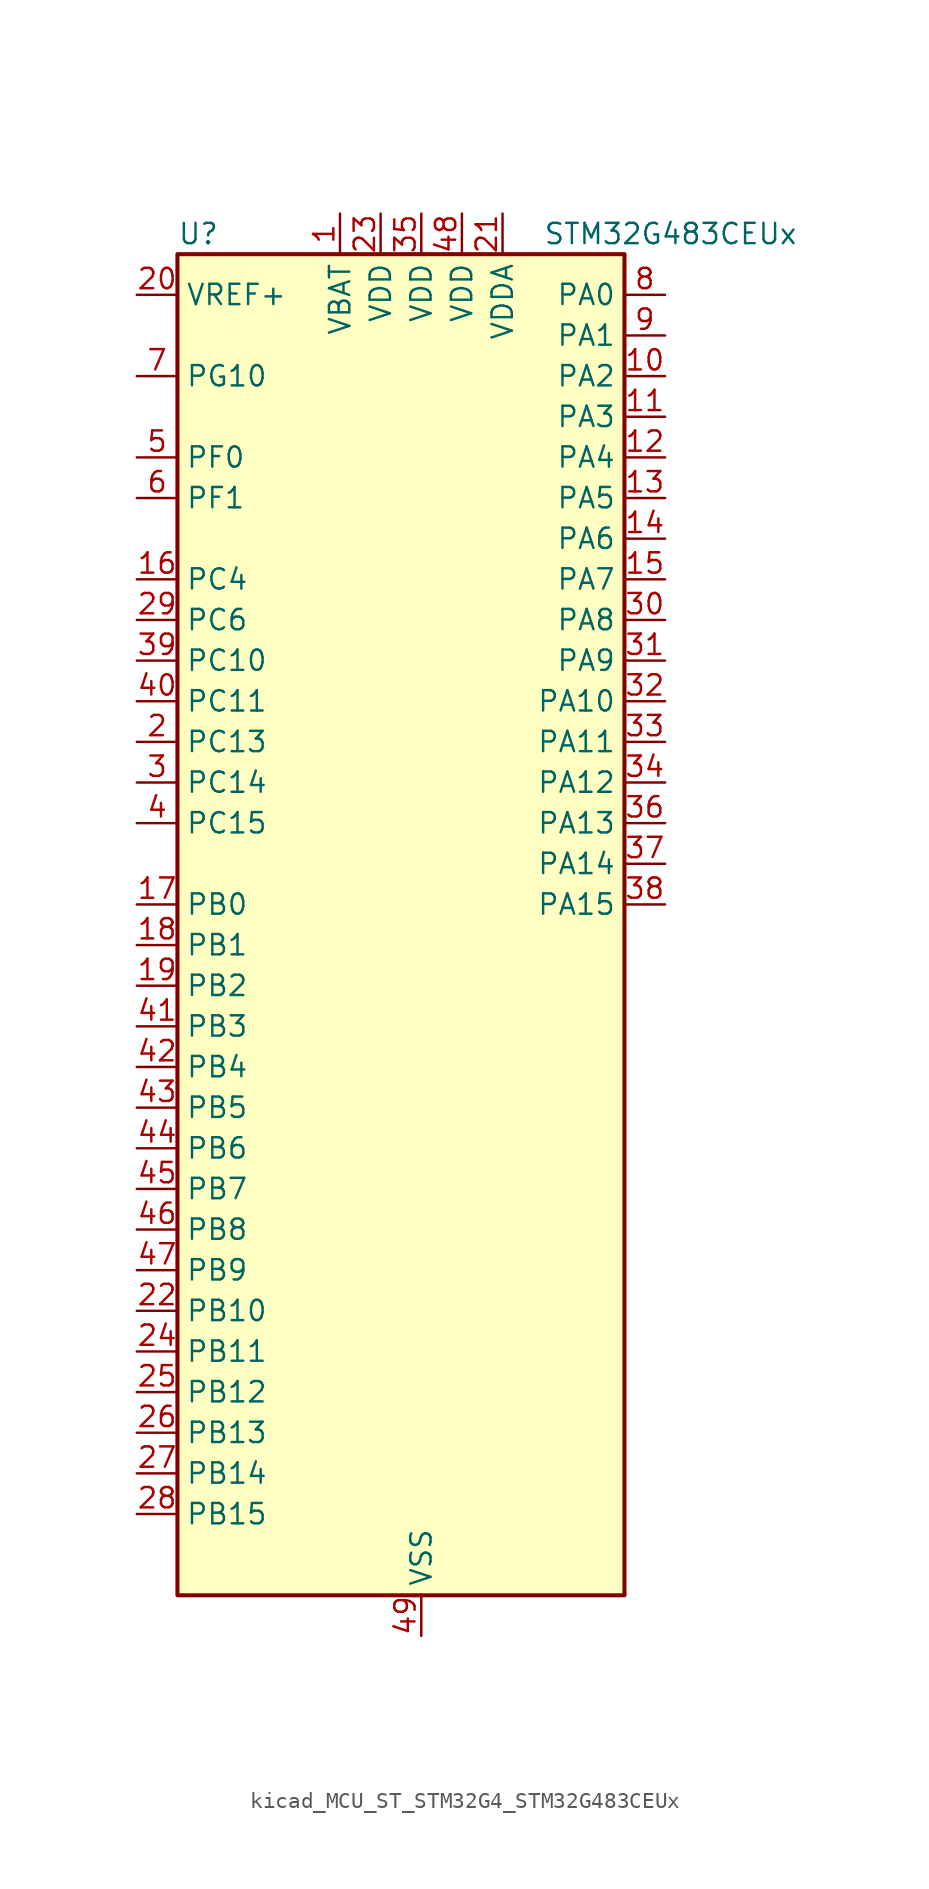
<source format=kicad_sym>
(kicad_symbol_lib
  (version 20220914)
  (generator kicad_symbol_editor)
  (symbol "kicad_MCU_ST_STM32G4_STM32G483CEUx"
    (property "Reference" "U"
      (at -12.7 44.45 0)
      (effects (font (size 1.27 1.27)) (justify left)))
    (property "Value" "STM32G483CEUx"
      (at 10.16 44.45 0)
      (effects (font (size 1.27 1.27)) (justify left)))
    (property "ki_locked" ""
      (at 0 0 0)
      (effects (font (size 1.27 1.27))))
    (symbol "kicad_MCU_ST_STM32G4_STM32G483CEUx_0_1"
      (rectangle (start -12.7 -40.64) (end 15.24 43.18) (stroke (width 0.254) (type default)) (fill (type background))))
    (symbol "kicad_MCU_ST_STM32G4_STM32G483CEUx_1_1"
      (pin power_in line (at -2.54 45.72 270) (length 2.54) (name "VBAT" (effects (font (size 1.27 1.27)))) (number "1" (effects (font (size 1.27 1.27)))))
      (pin bidirectional line (at 17.78 35.56 180) (length 2.54) (name "PA2" (effects (font (size 1.27 1.27)))) (number "10" (effects (font (size 1.27 1.27)))) (alternate "ADC1_IN3" bidirectional line) (alternate "ADC3_EXTI2" bidirectional line) (alternate "ADC4_EXTI2" bidirectional line) (alternate "ADC5_EXTI2" bidirectional line) (alternate "COMP2_INM" bidirectional line) (alternate "COMP2_OUT" bidirectional line) (alternate "LPUART1_TX" bidirectional line) (alternate "OPAMP1_VOUT" bidirectional line) (alternate "QUADSPI1_BK1_NCS" bidirectional line) (alternate "RCC_LSCO" bidirectional line) (alternate "SYS_WKUP4" bidirectional line) (alternate "TIM15_CH1" bidirectional line) (alternate "TIM2_CH3" bidirectional line) (alternate "TIM5_CH3" bidirectional line) (alternate "UCPD1_FRSTX1" bidirectional line) (alternate "UCPD1_FRSTX2" bidirectional line) (alternate "USART2_TX" bidirectional line))
      (pin bidirectional line (at 17.78 33.02 180) (length 2.54) (name "PA3" (effects (font (size 1.27 1.27)))) (number "11" (effects (font (size 1.27 1.27)))) (alternate "ADC1_IN4" bidirectional line) (alternate "ADC3_EXTI3" bidirectional line) (alternate "ADC4_EXTI3" bidirectional line) (alternate "ADC5_EXTI3" bidirectional line) (alternate "COMP2_INP" bidirectional line) (alternate "LPUART1_RX" bidirectional line) (alternate "OPAMP1_VINM" bidirectional line) (alternate "OPAMP1_VINM0" bidirectional line) (alternate "OPAMP1_VINM_SEC" bidirectional line) (alternate "OPAMP1_VINP" bidirectional line) (alternate "OPAMP1_VINP_SEC" bidirectional line) (alternate "OPAMP5_VINM" bidirectional line) (alternate "OPAMP5_VINM1" bidirectional line) (alternate "OPAMP5_VINM_SEC" bidirectional line) (alternate "QUADSPI1_CLK" bidirectional line) (alternate "SAI1_CK1" bidirectional line) (alternate "SAI1_MCLK_A" bidirectional line) (alternate "TIM15_CH2" bidirectional line) (alternate "TIM2_CH4" bidirectional line) (alternate "TIM5_CH4" bidirectional line) (alternate "USART2_RX" bidirectional line))
      (pin bidirectional line (at 17.78 30.48 180) (length 2.54) (name "PA4" (effects (font (size 1.27 1.27)))) (number "12" (effects (font (size 1.27 1.27)))) (alternate "ADC2_IN17" bidirectional line) (alternate "COMP1_INM" bidirectional line) (alternate "DAC1_OUT1" bidirectional line) (alternate "I2S3_WS" bidirectional line) (alternate "SAI1_FS_B" bidirectional line) (alternate "SPI1_NSS" bidirectional line) (alternate "SPI3_NSS" bidirectional line) (alternate "TIM3_CH2" bidirectional line) (alternate "USART2_CK" bidirectional line))
      (pin bidirectional line (at 17.78 27.94 180) (length 2.54) (name "PA5" (effects (font (size 1.27 1.27)))) (number "13" (effects (font (size 1.27 1.27)))) (alternate "ADC2_IN13" bidirectional line) (alternate "COMP2_INM" bidirectional line) (alternate "DAC1_OUT2" bidirectional line) (alternate "OPAMP2_VINM" bidirectional line) (alternate "OPAMP2_VINM0" bidirectional line) (alternate "OPAMP2_VINM_SEC" bidirectional line) (alternate "SPI1_SCK" bidirectional line) (alternate "TIM2_CH1" bidirectional line) (alternate "TIM2_ETR" bidirectional line) (alternate "UCPD1_FRSTX1" bidirectional line) (alternate "UCPD1_FRSTX2" bidirectional line))
      (pin bidirectional line (at 17.78 25.4 180) (length 2.54) (name "PA6" (effects (font (size 1.27 1.27)))) (number "14" (effects (font (size 1.27 1.27)))) (alternate "ADC2_IN3" bidirectional line) (alternate "COMP1_OUT" bidirectional line) (alternate "DAC2_OUT1" bidirectional line) (alternate "LPUART1_CTS" bidirectional line) (alternate "OPAMP2_VOUT" bidirectional line) (alternate "QUADSPI1_BK1_IO3" bidirectional line) (alternate "SPI1_MISO" bidirectional line) (alternate "TIM16_CH1" bidirectional line) (alternate "TIM1_BKIN" bidirectional line) (alternate "TIM3_CH1" bidirectional line) (alternate "TIM8_BKIN" bidirectional line))
      (pin bidirectional line (at 17.78 22.86 180) (length 2.54) (name "PA7" (effects (font (size 1.27 1.27)))) (number "15" (effects (font (size 1.27 1.27)))) (alternate "ADC2_IN4" bidirectional line) (alternate "COMP2_INP" bidirectional line) (alternate "COMP2_OUT" bidirectional line) (alternate "OPAMP1_VINP" bidirectional line) (alternate "OPAMP1_VINP_SEC" bidirectional line) (alternate "OPAMP2_VINP" bidirectional line) (alternate "OPAMP2_VINP_SEC" bidirectional line) (alternate "QUADSPI1_BK1_IO2" bidirectional line) (alternate "SPI1_MOSI" bidirectional line) (alternate "TIM17_CH1" bidirectional line) (alternate "TIM1_CH1N" bidirectional line) (alternate "TIM3_CH2" bidirectional line) (alternate "TIM8_CH1N" bidirectional line) (alternate "UCPD1_FRSTX1" bidirectional line) (alternate "UCPD1_FRSTX2" bidirectional line))
      (pin bidirectional line (at -15.24 22.86 0) (length 2.54) (name "PC4" (effects (font (size 1.27 1.27)))) (number "16" (effects (font (size 1.27 1.27)))) (alternate "ADC2_IN5" bidirectional line) (alternate "I2C2_SCL" bidirectional line) (alternate "QUADSPI1_BK2_IO3" bidirectional line) (alternate "TIM1_ETR" bidirectional line) (alternate "USART1_TX" bidirectional line))
      (pin bidirectional line (at -15.24 2.54 0) (length 2.54) (name "PB0" (effects (font (size 1.27 1.27)))) (number "17" (effects (font (size 1.27 1.27)))) (alternate "ADC1_IN15" bidirectional line) (alternate "ADC3_IN12" bidirectional line) (alternate "COMP4_INP" bidirectional line) (alternate "OPAMP2_VINP" bidirectional line) (alternate "OPAMP2_VINP_SEC" bidirectional line) (alternate "OPAMP3_VINP" bidirectional line) (alternate "OPAMP3_VINP_SEC" bidirectional line) (alternate "QUADSPI1_BK1_IO1" bidirectional line) (alternate "TIM1_CH2N" bidirectional line) (alternate "TIM3_CH3" bidirectional line) (alternate "TIM8_CH2N" bidirectional line) (alternate "UCPD1_FRSTX1" bidirectional line) (alternate "UCPD1_FRSTX2" bidirectional line))
      (pin bidirectional line (at -15.24 0 0) (length 2.54) (name "PB1" (effects (font (size 1.27 1.27)))) (number "18" (effects (font (size 1.27 1.27)))) (alternate "ADC1_IN12" bidirectional line) (alternate "ADC3_IN1" bidirectional line) (alternate "COMP1_INP" bidirectional line) (alternate "COMP4_OUT" bidirectional line) (alternate "LPUART1_DE" bidirectional line) (alternate "LPUART1_RTS" bidirectional line) (alternate "OPAMP3_VOUT" bidirectional line) (alternate "OPAMP6_VINM" bidirectional line) (alternate "OPAMP6_VINM1" bidirectional line) (alternate "OPAMP6_VINM_SEC" bidirectional line) (alternate "QUADSPI1_BK1_IO0" bidirectional line) (alternate "TIM1_CH3N" bidirectional line) (alternate "TIM3_CH4" bidirectional line) (alternate "TIM8_CH3N" bidirectional line))
      (pin bidirectional line (at -15.24 -2.54 0) (length 2.54) (name "PB2" (effects (font (size 1.27 1.27)))) (number "19" (effects (font (size 1.27 1.27)))) (alternate "ADC2_IN12" bidirectional line) (alternate "ADC3_EXTI2" bidirectional line) (alternate "ADC4_EXTI2" bidirectional line) (alternate "ADC5_EXTI2" bidirectional line) (alternate "COMP4_INM" bidirectional line) (alternate "I2C3_SMBA" bidirectional line) (alternate "LPTIM1_OUT" bidirectional line) (alternate "OPAMP3_VINM" bidirectional line) (alternate "OPAMP3_VINM0" bidirectional line) (alternate "OPAMP3_VINM_SEC" bidirectional line) (alternate "QUADSPI1_BK2_IO1" bidirectional line) (alternate "RTC_OUT2" bidirectional line) (alternate "TIM20_CH1" bidirectional line) (alternate "TIM5_CH1" bidirectional line))
      (pin bidirectional line (at -15.24 12.7 0) (length 2.54) (name "PC13" (effects (font (size 1.27 1.27)))) (number "2" (effects (font (size 1.27 1.27)))) (alternate "RTC_OUT1" bidirectional line) (alternate "RTC_TAMP1" bidirectional line) (alternate "RTC_TS" bidirectional line) (alternate "SYS_WKUP2" bidirectional line) (alternate "TIM1_BKIN" bidirectional line) (alternate "TIM1_CH1N" bidirectional line) (alternate "TIM8_CH4N" bidirectional line))
      (pin input line (at -15.24 40.64 0) (length 2.54) (name "VREF+" (effects (font (size 1.27 1.27)))) (number "20" (effects (font (size 1.27 1.27)))) (alternate "VREFBUF_OUT" bidirectional line))
      (pin power_in line (at 7.62 45.72 270) (length 2.54) (name "VDDA" (effects (font (size 1.27 1.27)))) (number "21" (effects (font (size 1.27 1.27)))))
      (pin bidirectional line (at -15.24 -22.86 0) (length 2.54) (name "PB10" (effects (font (size 1.27 1.27)))) (number "22" (effects (font (size 1.27 1.27)))) (alternate "COMP5_INM" bidirectional line) (alternate "DAC1_EXTI10" bidirectional line) (alternate "DAC2_EXTI10" bidirectional line) (alternate "DAC3_EXTI10" bidirectional line) (alternate "DAC4_EXTI10" bidirectional line) (alternate "LPUART1_RX" bidirectional line) (alternate "OPAMP3_VINM" bidirectional line) (alternate "OPAMP3_VINM1" bidirectional line) (alternate "OPAMP3_VINM_SEC" bidirectional line) (alternate "OPAMP4_VINM" bidirectional line) (alternate "OPAMP4_VINM0" bidirectional line) (alternate "OPAMP4_VINM_SEC" bidirectional line) (alternate "QUADSPI1_CLK" bidirectional line) (alternate "SAI1_SCK_A" bidirectional line) (alternate "TIM1_BKIN" bidirectional line) (alternate "TIM2_CH3" bidirectional line) (alternate "USART3_TX" bidirectional line))
      (pin power_in line (at 0 45.72 270) (length 2.54) (name "VDD" (effects (font (size 1.27 1.27)))) (number "23" (effects (font (size 1.27 1.27)))))
      (pin bidirectional line (at -15.24 -25.4 0) (length 2.54) (name "PB11" (effects (font (size 1.27 1.27)))) (number "24" (effects (font (size 1.27 1.27)))) (alternate "ADC1_EXTI11" bidirectional line) (alternate "ADC1_IN14" bidirectional line) (alternate "ADC2_EXTI11" bidirectional line) (alternate "ADC2_IN14" bidirectional line) (alternate "COMP6_INP" bidirectional line) (alternate "LPUART1_TX" bidirectional line) (alternate "OPAMP4_VINP" bidirectional line) (alternate "OPAMP4_VINP_SEC" bidirectional line) (alternate "OPAMP6_VOUT" bidirectional line) (alternate "QUADSPI1_BK1_NCS" bidirectional line) (alternate "TIM2_CH4" bidirectional line) (alternate "USART3_RX" bidirectional line))
      (pin bidirectional line (at -15.24 -27.94 0) (length 2.54) (name "PB12" (effects (font (size 1.27 1.27)))) (number "25" (effects (font (size 1.27 1.27)))) (alternate "ADC1_IN11" bidirectional line) (alternate "ADC4_IN3" bidirectional line) (alternate "COMP7_INM" bidirectional line) (alternate "FDCAN2_RX" bidirectional line) (alternate "I2C2_SMBA" bidirectional line) (alternate "I2S2_WS" bidirectional line) (alternate "LPUART1_DE" bidirectional line) (alternate "LPUART1_RTS" bidirectional line) (alternate "OPAMP4_VOUT" bidirectional line) (alternate "OPAMP6_VINP" bidirectional line) (alternate "OPAMP6_VINP_SEC" bidirectional line) (alternate "SPI2_NSS" bidirectional line) (alternate "TIM1_BKIN" bidirectional line) (alternate "TIM5_ETR" bidirectional line) (alternate "USART3_CK" bidirectional line))
      (pin bidirectional line (at -15.24 -30.48 0) (length 2.54) (name "PB13" (effects (font (size 1.27 1.27)))) (number "26" (effects (font (size 1.27 1.27)))) (alternate "ADC3_IN5" bidirectional line) (alternate "COMP5_INP" bidirectional line) (alternate "FDCAN2_TX" bidirectional line) (alternate "I2S2_CK" bidirectional line) (alternate "LPUART1_CTS" bidirectional line) (alternate "OPAMP3_VINP" bidirectional line) (alternate "OPAMP3_VINP_SEC" bidirectional line) (alternate "OPAMP4_VINP" bidirectional line) (alternate "OPAMP4_VINP_SEC" bidirectional line) (alternate "OPAMP6_VINP" bidirectional line) (alternate "OPAMP6_VINP_SEC" bidirectional line) (alternate "SPI2_SCK" bidirectional line) (alternate "TIM1_CH1N" bidirectional line) (alternate "USART3_CTS" bidirectional line) (alternate "USART3_NSS" bidirectional line))
      (pin bidirectional line (at -15.24 -33.02 0) (length 2.54) (name "PB14" (effects (font (size 1.27 1.27)))) (number "27" (effects (font (size 1.27 1.27)))) (alternate "ADC1_IN5" bidirectional line) (alternate "ADC4_IN4" bidirectional line) (alternate "COMP4_OUT" bidirectional line) (alternate "COMP7_INP" bidirectional line) (alternate "OPAMP2_VINP" bidirectional line) (alternate "OPAMP2_VINP_SEC" bidirectional line) (alternate "OPAMP5_VINP" bidirectional line) (alternate "OPAMP5_VINP_SEC" bidirectional line) (alternate "SPI2_MISO" bidirectional line) (alternate "TIM15_CH1" bidirectional line) (alternate "TIM1_CH2N" bidirectional line) (alternate "USART3_DE" bidirectional line) (alternate "USART3_RTS" bidirectional line))
      (pin bidirectional line (at -15.24 -35.56 0) (length 2.54) (name "PB15" (effects (font (size 1.27 1.27)))) (number "28" (effects (font (size 1.27 1.27)))) (alternate "ADC1_EXTI15" bidirectional line) (alternate "ADC2_EXTI15" bidirectional line) (alternate "ADC2_IN15" bidirectional line) (alternate "ADC4_IN5" bidirectional line) (alternate "COMP3_OUT" bidirectional line) (alternate "COMP6_INM" bidirectional line) (alternate "I2S2_SD" bidirectional line) (alternate "OPAMP5_VINM" bidirectional line) (alternate "OPAMP5_VINM0" bidirectional line) (alternate "OPAMP5_VINM_SEC" bidirectional line) (alternate "RTC_REFIN" bidirectional line) (alternate "SPI2_MOSI" bidirectional line) (alternate "TIM15_CH1N" bidirectional line) (alternate "TIM15_CH2" bidirectional line) (alternate "TIM1_CH3N" bidirectional line))
      (pin bidirectional line (at -15.24 20.32 0) (length 2.54) (name "PC6" (effects (font (size 1.27 1.27)))) (number "29" (effects (font (size 1.27 1.27)))) (alternate "COMP6_OUT" bidirectional line) (alternate "I2C4_SCL" bidirectional line) (alternate "I2S2_MCK" bidirectional line) (alternate "TIM3_CH1" bidirectional line) (alternate "TIM8_CH1" bidirectional line))
      (pin bidirectional line (at -15.24 10.16 0) (length 2.54) (name "PC14" (effects (font (size 1.27 1.27)))) (number "3" (effects (font (size 1.27 1.27)))) (alternate "RCC_OSC32_IN" bidirectional line))
      (pin bidirectional line (at 17.78 20.32 180) (length 2.54) (name "PA8" (effects (font (size 1.27 1.27)))) (number "30" (effects (font (size 1.27 1.27)))) (alternate "ADC5_IN1" bidirectional line) (alternate "COMP7_OUT" bidirectional line) (alternate "FDCAN3_RX" bidirectional line) (alternate "I2C2_SDA" bidirectional line) (alternate "I2C3_SCL" bidirectional line) (alternate "I2S2_MCK" bidirectional line) (alternate "OPAMP5_VOUT" bidirectional line) (alternate "RCC_MCO" bidirectional line) (alternate "SAI1_CK2" bidirectional line) (alternate "SAI1_SCK_A" bidirectional line) (alternate "TIM1_CH1" bidirectional line) (alternate "TIM4_ETR" bidirectional line) (alternate "USART1_CK" bidirectional line))
      (pin bidirectional line (at 17.78 17.78 180) (length 2.54) (name "PA9" (effects (font (size 1.27 1.27)))) (number "31" (effects (font (size 1.27 1.27)))) (alternate "ADC5_IN2" bidirectional line) (alternate "COMP5_OUT" bidirectional line) (alternate "DAC1_EXTI9" bidirectional line) (alternate "DAC2_EXTI9" bidirectional line) (alternate "DAC3_EXTI9" bidirectional line) (alternate "DAC4_EXTI9" bidirectional line) (alternate "I2C2_SCL" bidirectional line) (alternate "I2C3_SMBA" bidirectional line) (alternate "I2S3_MCK" bidirectional line) (alternate "SAI1_FS_A" bidirectional line) (alternate "TIM15_BKIN" bidirectional line) (alternate "TIM1_CH2" bidirectional line) (alternate "TIM2_CH3" bidirectional line) (alternate "UCPD1_DBCC1" bidirectional line) (alternate "USART1_TX" bidirectional line))
      (pin bidirectional line (at 17.78 15.24 180) (length 2.54) (name "PA10" (effects (font (size 1.27 1.27)))) (number "32" (effects (font (size 1.27 1.27)))) (alternate "COMP6_OUT" bidirectional line) (alternate "CRS_SYNC" bidirectional line) (alternate "DAC1_EXTI10" bidirectional line) (alternate "DAC2_EXTI10" bidirectional line) (alternate "DAC3_EXTI10" bidirectional line) (alternate "DAC4_EXTI10" bidirectional line) (alternate "I2C2_SMBA" bidirectional line) (alternate "SAI1_D1" bidirectional line) (alternate "SAI1_SD_A" bidirectional line) (alternate "SPI2_MISO" bidirectional line) (alternate "TIM17_BKIN" bidirectional line) (alternate "TIM1_CH3" bidirectional line) (alternate "TIM2_CH4" bidirectional line) (alternate "TIM8_BKIN" bidirectional line) (alternate "UCPD1_DBCC2" bidirectional line) (alternate "USART1_RX" bidirectional line))
      (pin bidirectional line (at 17.78 12.7 180) (length 2.54) (name "PA11" (effects (font (size 1.27 1.27)))) (number "33" (effects (font (size 1.27 1.27)))) (alternate "ADC1_EXTI11" bidirectional line) (alternate "ADC2_EXTI11" bidirectional line) (alternate "COMP1_OUT" bidirectional line) (alternate "FDCAN1_RX" bidirectional line) (alternate "I2S2_SD" bidirectional line) (alternate "SPI2_MOSI" bidirectional line) (alternate "TIM1_BKIN2" bidirectional line) (alternate "TIM1_CH1N" bidirectional line) (alternate "TIM1_CH4" bidirectional line) (alternate "TIM4_CH1" bidirectional line) (alternate "USART1_CTS" bidirectional line) (alternate "USART1_NSS" bidirectional line) (alternate "USB_DM" bidirectional line))
      (pin bidirectional line (at 17.78 10.16 180) (length 2.54) (name "PA12" (effects (font (size 1.27 1.27)))) (number "34" (effects (font (size 1.27 1.27)))) (alternate "COMP2_OUT" bidirectional line) (alternate "FDCAN1_TX" bidirectional line) (alternate "I2S_CKIN" bidirectional line) (alternate "TIM16_CH1" bidirectional line) (alternate "TIM1_CH2N" bidirectional line) (alternate "TIM1_ETR" bidirectional line) (alternate "TIM4_CH2" bidirectional line) (alternate "USART1_DE" bidirectional line) (alternate "USART1_RTS" bidirectional line) (alternate "USB_DP" bidirectional line))
      (pin power_in line (at 2.54 45.72 270) (length 2.54) (name "VDD" (effects (font (size 1.27 1.27)))) (number "35" (effects (font (size 1.27 1.27)))))
      (pin bidirectional line (at 17.78 7.62 180) (length 2.54) (name "PA13" (effects (font (size 1.27 1.27)))) (number "36" (effects (font (size 1.27 1.27)))) (alternate "I2C1_SCL" bidirectional line) (alternate "I2C4_SCL" bidirectional line) (alternate "IR_OUT" bidirectional line) (alternate "SAI1_SD_B" bidirectional line) (alternate "SYS_JTMS-SWDIO" bidirectional line) (alternate "TIM16_CH1N" bidirectional line) (alternate "TIM4_CH3" bidirectional line) (alternate "USART3_CTS" bidirectional line) (alternate "USART3_NSS" bidirectional line))
      (pin bidirectional line (at 17.78 5.08 180) (length 2.54) (name "PA14" (effects (font (size 1.27 1.27)))) (number "37" (effects (font (size 1.27 1.27)))) (alternate "I2C1_SDA" bidirectional line) (alternate "I2C4_SMBA" bidirectional line) (alternate "LPTIM1_OUT" bidirectional line) (alternate "SAI1_FS_B" bidirectional line) (alternate "SYS_JTCK-SWCLK" bidirectional line) (alternate "TIM1_BKIN" bidirectional line) (alternate "TIM8_CH2" bidirectional line) (alternate "USART2_TX" bidirectional line))
      (pin bidirectional line (at 17.78 2.54 180) (length 2.54) (name "PA15" (effects (font (size 1.27 1.27)))) (number "38" (effects (font (size 1.27 1.27)))) (alternate "ADC1_EXTI15" bidirectional line) (alternate "ADC2_EXTI15" bidirectional line) (alternate "FDCAN3_TX" bidirectional line) (alternate "I2C1_SCL" bidirectional line) (alternate "I2S3_WS" bidirectional line) (alternate "SPI1_NSS" bidirectional line) (alternate "SPI3_NSS" bidirectional line) (alternate "SYS_JTDI" bidirectional line) (alternate "TIM1_BKIN" bidirectional line) (alternate "TIM2_CH1" bidirectional line) (alternate "TIM2_ETR" bidirectional line) (alternate "TIM8_CH1" bidirectional line) (alternate "UART4_DE" bidirectional line) (alternate "UART4_RTS" bidirectional line) (alternate "USART2_RX" bidirectional line))
      (pin bidirectional line (at -15.24 17.78 0) (length 2.54) (name "PC10" (effects (font (size 1.27 1.27)))) (number "39" (effects (font (size 1.27 1.27)))) (alternate "DAC1_EXTI10" bidirectional line) (alternate "DAC2_EXTI10" bidirectional line) (alternate "DAC3_EXTI10" bidirectional line) (alternate "DAC4_EXTI10" bidirectional line) (alternate "I2S3_CK" bidirectional line) (alternate "SPI3_SCK" bidirectional line) (alternate "TIM8_CH1N" bidirectional line) (alternate "UART4_TX" bidirectional line) (alternate "USART3_TX" bidirectional line))
      (pin bidirectional line (at -15.24 7.62 0) (length 2.54) (name "PC15" (effects (font (size 1.27 1.27)))) (number "4" (effects (font (size 1.27 1.27)))) (alternate "ADC1_EXTI15" bidirectional line) (alternate "ADC2_EXTI15" bidirectional line) (alternate "RCC_OSC32_OUT" bidirectional line))
      (pin bidirectional line (at -15.24 15.24 0) (length 2.54) (name "PC11" (effects (font (size 1.27 1.27)))) (number "40" (effects (font (size 1.27 1.27)))) (alternate "ADC1_EXTI11" bidirectional line) (alternate "ADC2_EXTI11" bidirectional line) (alternate "I2C3_SDA" bidirectional line) (alternate "SPI3_MISO" bidirectional line) (alternate "TIM8_CH2N" bidirectional line) (alternate "UART4_RX" bidirectional line) (alternate "USART3_RX" bidirectional line))
      (pin bidirectional line (at -15.24 -5.08 0) (length 2.54) (name "PB3" (effects (font (size 1.27 1.27)))) (number "41" (effects (font (size 1.27 1.27)))) (alternate "ADC3_EXTI3" bidirectional line) (alternate "ADC4_EXTI3" bidirectional line) (alternate "ADC5_EXTI3" bidirectional line) (alternate "CRS_SYNC" bidirectional line) (alternate "FDCAN3_RX" bidirectional line) (alternate "I2S3_CK" bidirectional line) (alternate "SAI1_SCK_B" bidirectional line) (alternate "SPI1_SCK" bidirectional line) (alternate "SPI3_SCK" bidirectional line) (alternate "SYS_JTDO-SWO" bidirectional line) (alternate "TIM2_CH2" bidirectional line) (alternate "TIM3_ETR" bidirectional line) (alternate "TIM4_ETR" bidirectional line) (alternate "TIM8_CH1N" bidirectional line) (alternate "USART2_TX" bidirectional line))
      (pin bidirectional line (at -15.24 -7.62 0) (length 2.54) (name "PB4" (effects (font (size 1.27 1.27)))) (number "42" (effects (font (size 1.27 1.27)))) (alternate "FDCAN3_TX" bidirectional line) (alternate "SAI1_MCLK_B" bidirectional line) (alternate "SPI1_MISO" bidirectional line) (alternate "SPI3_MISO" bidirectional line) (alternate "SYS_JTRST" bidirectional line) (alternate "TIM16_CH1" bidirectional line) (alternate "TIM17_BKIN" bidirectional line) (alternate "TIM3_CH1" bidirectional line) (alternate "TIM8_CH2N" bidirectional line) (alternate "UCPD1_CC2" bidirectional line) (alternate "USART2_RX" bidirectional line))
      (pin bidirectional line (at -15.24 -10.16 0) (length 2.54) (name "PB5" (effects (font (size 1.27 1.27)))) (number "43" (effects (font (size 1.27 1.27)))) (alternate "FDCAN2_RX" bidirectional line) (alternate "I2C1_SMBA" bidirectional line) (alternate "I2C3_SDA" bidirectional line) (alternate "I2S3_SD" bidirectional line) (alternate "LPTIM1_IN1" bidirectional line) (alternate "SAI1_SD_B" bidirectional line) (alternate "SPI1_MOSI" bidirectional line) (alternate "SPI3_MOSI" bidirectional line) (alternate "TIM16_BKIN" bidirectional line) (alternate "TIM17_CH1" bidirectional line) (alternate "TIM3_CH2" bidirectional line) (alternate "TIM8_CH3N" bidirectional line) (alternate "USART2_CK" bidirectional line))
      (pin bidirectional line (at -15.24 -12.7 0) (length 2.54) (name "PB6" (effects (font (size 1.27 1.27)))) (number "44" (effects (font (size 1.27 1.27)))) (alternate "COMP4_OUT" bidirectional line) (alternate "FDCAN2_TX" bidirectional line) (alternate "LPTIM1_ETR" bidirectional line) (alternate "SAI1_FS_B" bidirectional line) (alternate "TIM16_CH1N" bidirectional line) (alternate "TIM4_CH1" bidirectional line) (alternate "TIM8_BKIN2" bidirectional line) (alternate "TIM8_CH1" bidirectional line) (alternate "TIM8_ETR" bidirectional line) (alternate "UCPD1_CC1" bidirectional line) (alternate "USART1_TX" bidirectional line))
      (pin bidirectional line (at -15.24 -15.24 0) (length 2.54) (name "PB7" (effects (font (size 1.27 1.27)))) (number "45" (effects (font (size 1.27 1.27)))) (alternate "COMP3_OUT" bidirectional line) (alternate "I2C1_SDA" bidirectional line) (alternate "I2C4_SDA" bidirectional line) (alternate "LPTIM1_IN2" bidirectional line) (alternate "SYS_PVD_IN" bidirectional line) (alternate "TIM17_CH1N" bidirectional line) (alternate "TIM3_CH4" bidirectional line) (alternate "TIM4_CH2" bidirectional line) (alternate "TIM8_BKIN" bidirectional line) (alternate "UART4_CTS" bidirectional line) (alternate "USART1_RX" bidirectional line))
      (pin bidirectional line (at -15.24 -17.78 0) (length 2.54) (name "PB8" (effects (font (size 1.27 1.27)))) (number "46" (effects (font (size 1.27 1.27)))) (alternate "COMP1_OUT" bidirectional line) (alternate "FDCAN1_RX" bidirectional line) (alternate "I2C1_SCL" bidirectional line) (alternate "SAI1_CK1" bidirectional line) (alternate "SAI1_MCLK_A" bidirectional line) (alternate "TIM16_CH1" bidirectional line) (alternate "TIM1_BKIN" bidirectional line) (alternate "TIM4_CH3" bidirectional line) (alternate "TIM8_CH2" bidirectional line) (alternate "USART3_RX" bidirectional line))
      (pin bidirectional line (at -15.24 -20.32 0) (length 2.54) (name "PB9" (effects (font (size 1.27 1.27)))) (number "47" (effects (font (size 1.27 1.27)))) (alternate "COMP2_OUT" bidirectional line) (alternate "DAC1_EXTI9" bidirectional line) (alternate "DAC2_EXTI9" bidirectional line) (alternate "DAC3_EXTI9" bidirectional line) (alternate "DAC4_EXTI9" bidirectional line) (alternate "FDCAN1_TX" bidirectional line) (alternate "I2C1_SDA" bidirectional line) (alternate "IR_OUT" bidirectional line) (alternate "SAI1_D2" bidirectional line) (alternate "SAI1_FS_A" bidirectional line) (alternate "TIM17_CH1" bidirectional line) (alternate "TIM1_CH3N" bidirectional line) (alternate "TIM4_CH4" bidirectional line) (alternate "TIM8_CH3" bidirectional line) (alternate "USART3_TX" bidirectional line))
      (pin power_in line (at 5.08 45.72 270) (length 2.54) (name "VDD" (effects (font (size 1.27 1.27)))) (number "48" (effects (font (size 1.27 1.27)))))
      (pin power_in line (at 2.54 -43.18 90) (length 2.54) (name "VSS" (effects (font (size 1.27 1.27)))) (number "49" (effects (font (size 1.27 1.27)))))
      (pin bidirectional line (at -15.24 30.48 0) (length 2.54) (name "PF0" (effects (font (size 1.27 1.27)))) (number "5" (effects (font (size 1.27 1.27)))) (alternate "ADC1_IN10" bidirectional line) (alternate "I2C2_SDA" bidirectional line) (alternate "I2S2_WS" bidirectional line) (alternate "RCC_OSC_IN" bidirectional line) (alternate "SPI2_NSS" bidirectional line) (alternate "TIM1_CH3N" bidirectional line))
      (pin bidirectional line (at -15.24 27.94 0) (length 2.54) (name "PF1" (effects (font (size 1.27 1.27)))) (number "6" (effects (font (size 1.27 1.27)))) (alternate "ADC2_IN10" bidirectional line) (alternate "COMP3_INM" bidirectional line) (alternate "I2S2_CK" bidirectional line) (alternate "RCC_OSC_OUT" bidirectional line) (alternate "SPI2_SCK" bidirectional line))
      (pin bidirectional line (at -15.24 35.56 0) (length 2.54) (name "PG10" (effects (font (size 1.27 1.27)))) (number "7" (effects (font (size 1.27 1.27)))) (alternate "DAC1_EXTI10" bidirectional line) (alternate "DAC2_EXTI10" bidirectional line) (alternate "DAC3_EXTI10" bidirectional line) (alternate "DAC4_EXTI10" bidirectional line) (alternate "RCC_MCO" bidirectional line))
      (pin bidirectional line (at 17.78 40.64 180) (length 2.54) (name "PA0" (effects (font (size 1.27 1.27)))) (number "8" (effects (font (size 1.27 1.27)))) (alternate "ADC1_IN1" bidirectional line) (alternate "ADC2_IN1" bidirectional line) (alternate "COMP1_INM" bidirectional line) (alternate "COMP1_OUT" bidirectional line) (alternate "COMP3_INP" bidirectional line) (alternate "RTC_TAMP2" bidirectional line) (alternate "SYS_WKUP1" bidirectional line) (alternate "TIM2_CH1" bidirectional line) (alternate "TIM2_ETR" bidirectional line) (alternate "TIM5_CH1" bidirectional line) (alternate "TIM8_BKIN" bidirectional line) (alternate "TIM8_ETR" bidirectional line) (alternate "USART2_CTS" bidirectional line) (alternate "USART2_NSS" bidirectional line))
      (pin bidirectional line (at 17.78 38.1 180) (length 2.54) (name "PA1" (effects (font (size 1.27 1.27)))) (number "9" (effects (font (size 1.27 1.27)))) (alternate "ADC1_IN2" bidirectional line) (alternate "ADC2_IN2" bidirectional line) (alternate "COMP1_INP" bidirectional line) (alternate "OPAMP1_VINP" bidirectional line) (alternate "OPAMP1_VINP_SEC" bidirectional line) (alternate "OPAMP3_VINP" bidirectional line) (alternate "OPAMP3_VINP_SEC" bidirectional line) (alternate "OPAMP6_VINM" bidirectional line) (alternate "OPAMP6_VINM0" bidirectional line) (alternate "OPAMP6_VINM_SEC" bidirectional line) (alternate "RTC_REFIN" bidirectional line) (alternate "TIM15_CH1N" bidirectional line) (alternate "TIM2_CH2" bidirectional line) (alternate "TIM5_CH2" bidirectional line) (alternate "USART2_DE" bidirectional line) (alternate "USART2_RTS" bidirectional line)))))
</source>
